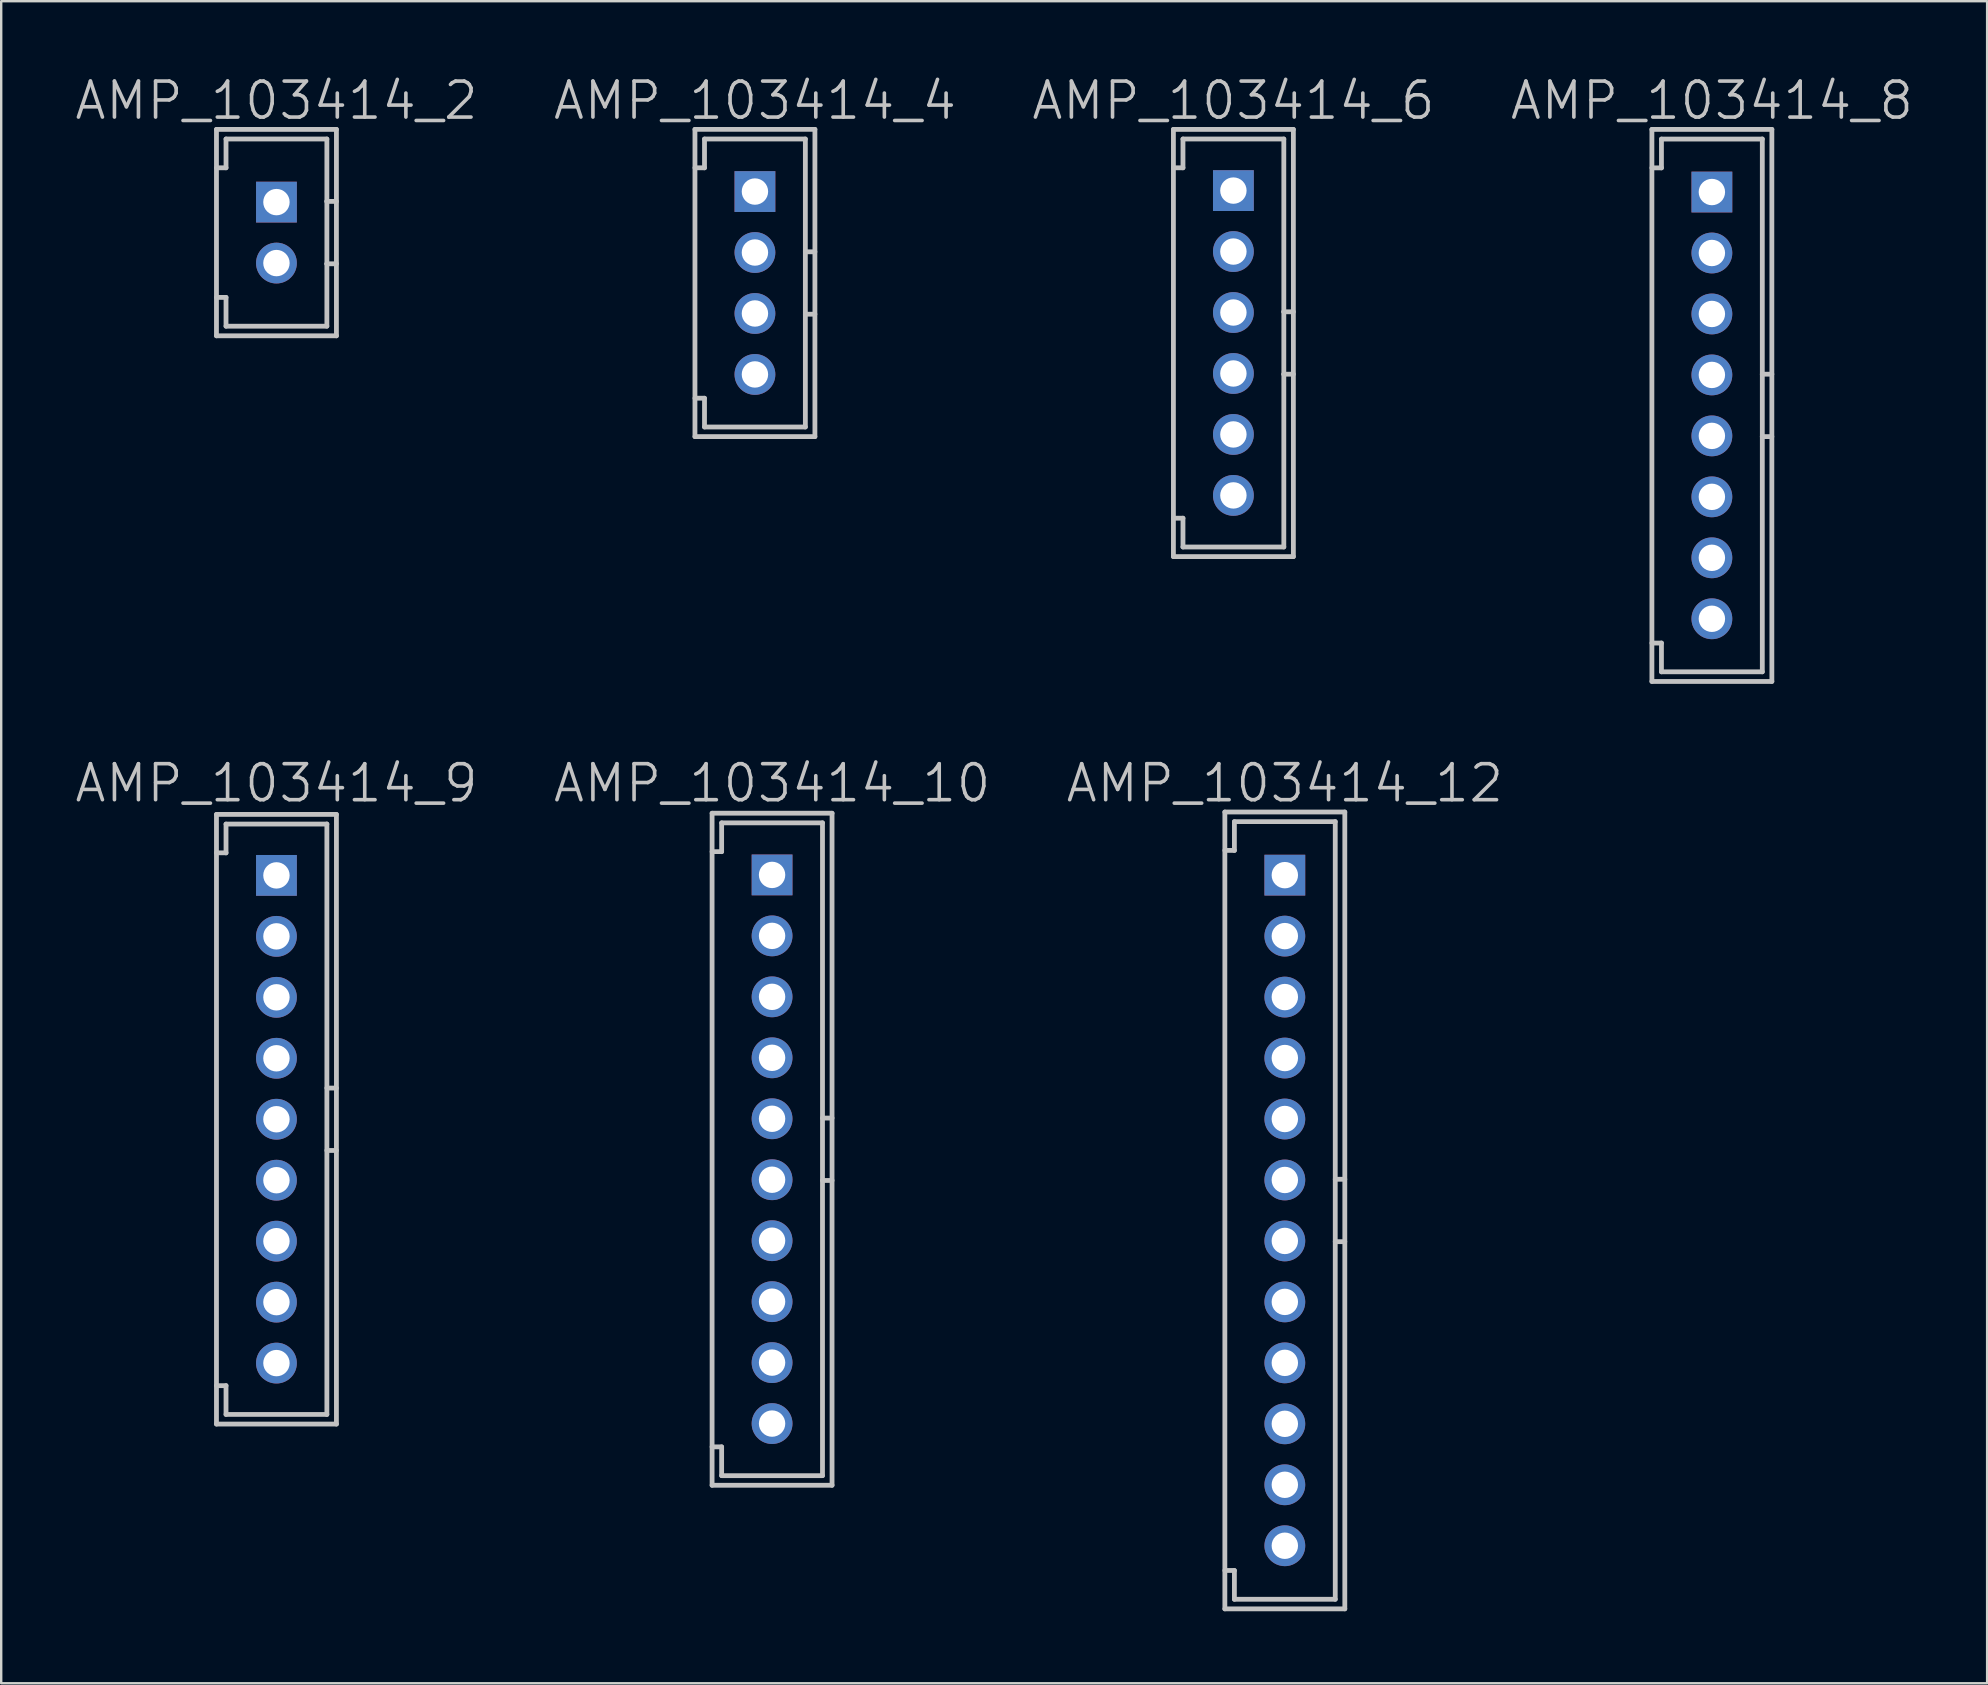
<source format=kicad_pcb>
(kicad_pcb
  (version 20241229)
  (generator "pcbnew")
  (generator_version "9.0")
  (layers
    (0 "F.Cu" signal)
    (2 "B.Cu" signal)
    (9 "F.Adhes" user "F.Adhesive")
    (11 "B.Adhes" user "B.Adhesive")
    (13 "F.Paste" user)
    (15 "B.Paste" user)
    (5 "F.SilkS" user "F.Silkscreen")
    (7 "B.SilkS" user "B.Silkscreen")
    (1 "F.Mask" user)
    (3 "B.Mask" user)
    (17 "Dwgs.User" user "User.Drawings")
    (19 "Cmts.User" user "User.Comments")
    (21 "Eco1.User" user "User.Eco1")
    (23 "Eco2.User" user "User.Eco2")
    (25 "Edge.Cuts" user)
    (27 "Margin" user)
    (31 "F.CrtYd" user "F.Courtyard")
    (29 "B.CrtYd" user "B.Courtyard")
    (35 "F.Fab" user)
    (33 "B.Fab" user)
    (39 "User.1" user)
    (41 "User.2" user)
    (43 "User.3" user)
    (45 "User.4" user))
  (footprint "AMP_103414_12"
    (layer "F.Cu")
    (at 50.482 47.383)
    (property "Reference" "AMP_103414_12" (at 0 -17.8 180) (layer "Dwgs.User") (effects (font (size 1.5 1.5) (thickness 0.15))))
    (attr through_hole)
    (fp_line (start -2.499 -16.601) (end 2.499 -16.601) (stroke (width 0.2) (type solid)) (layer "Dwgs.User"))
    (fp_line (start -2.499 15.001) (end -2.101 15.001) (stroke (width 0.2) (type solid)) (layer "Dwgs.User"))
    (fp_line (start -2.499 16.599) (end -2.499 -16.599) (stroke (width 0.2) (type solid)) (layer "Dwgs.User"))
    (fp_line (start -2.101 -15.001) (end -2.499 -15.001) (stroke (width 0.2) (type solid)) (layer "Dwgs.User"))
    (fp_line (start -2.101 -14.999) (end -2.101 -16.198) (stroke (width 0.2) (type solid)) (layer "Dwgs.User"))
    (fp_line (start -2.101 16.2) (end -2.101 15.001) (stroke (width 0.2) (type solid)) (layer "Dwgs.User"))
    (fp_line (start -2.101 16.2) (end 2.101 16.2) (stroke (width 0.2) (type solid)) (layer "Dwgs.User"))
    (fp_line (start 2.101 -16.2) (end -2.101 -16.2) (stroke (width 0.2) (type solid)) (layer "Dwgs.User"))
    (fp_line (start 2.101 -16.2) (end 2.101 16.2) (stroke (width 0.2) (type solid)) (layer "Dwgs.User"))
    (fp_line (start 2.101 -1.3) (end 2.499 -1.3) (stroke (width 0.2) (type solid)) (layer "Dwgs.User"))
    (fp_line (start 2.499 -16.599) (end 2.499 16.599) (stroke (width 0.2) (type solid)) (layer "Dwgs.User"))
    (fp_line (start 2.499 1.3) (end 2.101 1.3) (stroke (width 0.2) (type solid)) (layer "Dwgs.User"))
    (fp_line (start 2.499 16.601) (end -2.499 16.601) (stroke (width 0.2) (type solid)) (layer "Dwgs.User"))
    (pad "1" thru_hole rect (at 0 -13.97) (size 1.7 1.7) (drill 1.1) (layers "*.Cu" "*.Mask"))
    (pad "2" thru_hole circle (at 0 -11.43 270) (size 1.7 1.7) (drill 1.1) (layers "*.Cu" "*.Mask"))
    (pad "3" thru_hole circle (at 0 -8.89 270) (size 1.7 1.7) (drill 1.1) (layers "*.Cu" "*.Mask"))
    (pad "4" thru_hole circle (at 0 -6.35 270) (size 1.7 1.7) (drill 1.1) (layers "*.Cu" "*.Mask"))
    (pad "5" thru_hole circle (at 0 -3.81 270) (size 1.7 1.7) (drill 1.1) (layers "*.Cu" "*.Mask"))
    (pad "6" thru_hole circle (at 0 -1.27 270) (size 1.7 1.7) (drill 1.1) (layers "*.Cu" "*.Mask"))
    (pad "7" thru_hole circle (at 0 1.27 270) (size 1.7 1.7) (drill 1.1) (layers "*.Cu" "*.Mask"))
    (pad "8" thru_hole circle (at 0 3.81 270) (size 1.7 1.7) (drill 1.1) (layers "*.Cu" "*.Mask"))
    (pad "9" thru_hole circle (at 0 6.35 270) (size 1.7 1.7) (drill 1.1) (layers "*.Cu" "*.Mask"))
    (pad "10" thru_hole circle (at 0 8.89 270) (size 1.7 1.7) (drill 1.1) (layers "*.Cu" "*.Mask"))
    (pad "11" thru_hole circle (at 0 11.43 270) (size 1.7 1.7) (drill 1.1) (layers "*.Cu" "*.Mask"))
    (pad "12" thru_hole circle (at 0 13.97 270) (size 1.7 1.7) (drill 1.1) (layers "*.Cu" "*.Mask")))
  (footprint "AMP_103414_8"
    (layer "F.Cu")
    (at 68.275 13.841)
    (property "Reference" "AMP_103414_8" (at 0 -12.7 180) (layer "Dwgs.User") (effects (font (size 1.5 1.5) (thickness 0.15))))
    (attr through_hole)
    (fp_line (start -2.499 -11.499) (end 2.499 -11.499) (stroke (width 0.2) (type solid)) (layer "Dwgs.User"))
    (fp_line (start -2.499 9.901) (end -2.101 9.901) (stroke (width 0.2) (type solid)) (layer "Dwgs.User"))
    (fp_line (start -2.499 11.501) (end -2.499 -11.501) (stroke (width 0.2) (type solid)) (layer "Dwgs.User"))
    (fp_line (start -2.101 -9.898) (end -2.499 -9.898) (stroke (width 0.2) (type solid)) (layer "Dwgs.User"))
    (fp_line (start -2.101 -9.896) (end -2.101 -11.095) (stroke (width 0.2) (type solid)) (layer "Dwgs.User"))
    (fp_line (start -2.101 11.1) (end -2.101 9.901) (stroke (width 0.2) (type solid)) (layer "Dwgs.User"))
    (fp_line (start -2.101 11.1) (end 2.101 11.1) (stroke (width 0.2) (type solid)) (layer "Dwgs.User"))
    (fp_line (start 2.101 -11.097) (end -2.101 -11.097) (stroke (width 0.2) (type solid)) (layer "Dwgs.User"))
    (fp_line (start 2.101 -1.3) (end 2.101 -11.1) (stroke (width 0.2) (type solid)) (layer "Dwgs.User"))
    (fp_line (start 2.101 -1.3) (end 2.101 1.3) (stroke (width 0.2) (type solid)) (layer "Dwgs.User"))
    (fp_line (start 2.101 -1.3) (end 2.499 -1.3) (stroke (width 0.2) (type solid)) (layer "Dwgs.User"))
    (fp_line (start 2.101 11.1) (end 2.101 1.3) (stroke (width 0.2) (type solid)) (layer "Dwgs.User"))
    (fp_line (start 2.499 -11.501) (end 2.499 11.501) (stroke (width 0.2) (type solid)) (layer "Dwgs.User"))
    (fp_line (start 2.499 1.3) (end 2.101 1.3) (stroke (width 0.2) (type solid)) (layer "Dwgs.User"))
    (fp_line (start 2.499 11.501) (end -2.499 11.501) (stroke (width 0.2) (type solid)) (layer "Dwgs.User"))
    (pad "1" thru_hole rect (at 0 -8.89 270) (size 1.7 1.7) (drill 1.1) (layers "*.Cu" "*.Mask"))
    (pad "2" thru_hole circle (at 0 -6.35 270) (size 1.7 1.7) (drill 1.1) (layers "*.Cu" "*.Mask"))
    (pad "3" thru_hole circle (at 0 -3.81 270) (size 1.7 1.7) (drill 1.1) (layers "*.Cu" "*.Mask"))
    (pad "4" thru_hole circle (at 0 -1.27 270) (size 1.7 1.7) (drill 1.1) (layers "*.Cu" "*.Mask"))
    (pad "5" thru_hole circle (at 0 1.27 270) (size 1.7 1.7) (drill 1.1) (layers "*.Cu" "*.Mask"))
    (pad "6" thru_hole circle (at 0 3.81 270) (size 1.7 1.7) (drill 1.1) (layers "*.Cu" "*.Mask"))
    (pad "7" thru_hole circle (at 0 6.35 270) (size 1.7 1.7) (drill 1.1) (layers "*.Cu" "*.Mask"))
    (pad "8" thru_hole circle (at 0 8.89 270) (size 1.7 1.7) (drill 1.1) (layers "*.Cu" "*.Mask")))
  (footprint "AMP_103414_10"
    (layer "F.Cu")
    (at 29.118 44.833)
    (property "Reference" "AMP_103414_10" (at 0 -15.25 180) (layer "Dwgs.User") (effects (font (size 1.5 1.5) (thickness 0.15))))
    (attr through_hole)
    (fp_line (start -2.499 -14) (end 2.499 -14) (stroke (width 0.2) (type solid)) (layer "Dwgs.User"))
    (fp_line (start -2.499 12.4) (end -2.101 12.4) (stroke (width 0.2) (type solid)) (layer "Dwgs.User"))
    (fp_line (start -2.499 14) (end -2.499 -14) (stroke (width 0.2) (type solid)) (layer "Dwgs.User"))
    (fp_line (start -2.101 -12.4) (end -2.499 -12.4) (stroke (width 0.2) (type solid)) (layer "Dwgs.User"))
    (fp_line (start -2.101 -12.398) (end -2.101 -13.597) (stroke (width 0.2) (type solid)) (layer "Dwgs.User"))
    (fp_line (start -2.101 13.599) (end -2.101 12.4) (stroke (width 0.2) (type solid)) (layer "Dwgs.User"))
    (fp_line (start -2.101 13.599) (end 2.101 13.599) (stroke (width 0.2) (type solid)) (layer "Dwgs.User"))
    (fp_line (start 2.101 -13.599) (end -2.101 -13.599) (stroke (width 0.2) (type solid)) (layer "Dwgs.User"))
    (fp_line (start 2.101 -13.599) (end 2.101 13.599) (stroke (width 0.2) (type solid)) (layer "Dwgs.User"))
    (fp_line (start 2.101 -1.3) (end 2.499 -1.3) (stroke (width 0.2) (type solid)) (layer "Dwgs.User"))
    (fp_line (start 2.499 -14) (end 2.499 14) (stroke (width 0.2) (type solid)) (layer "Dwgs.User"))
    (fp_line (start 2.499 1.3) (end 2.101 1.3) (stroke (width 0.2) (type solid)) (layer "Dwgs.User"))
    (fp_line (start 2.499 14) (end -2.499 14) (stroke (width 0.2) (type solid)) (layer "Dwgs.User"))
    (pad "1" thru_hole rect (at 0 -11.43 270) (size 1.7 1.7) (drill 1.1) (layers "*.Cu" "*.Mask"))
    (pad "2" thru_hole circle (at 0 -8.89 270) (size 1.7 1.7) (drill 1.1) (layers "*.Cu" "*.Mask"))
    (pad "3" thru_hole circle (at 0 -6.35 270) (size 1.7 1.7) (drill 1.1) (layers "*.Cu" "*.Mask"))
    (pad "4" thru_hole circle (at 0 -3.81 270) (size 1.7 1.7) (drill 1.1) (layers "*.Cu" "*.Mask"))
    (pad "5" thru_hole circle (at 0 -1.27 270) (size 1.7 1.7) (drill 1.1) (layers "*.Cu" "*.Mask"))
    (pad "6" thru_hole circle (at 0 1.27 270) (size 1.7 1.7) (drill 1.1) (layers "*.Cu" "*.Mask"))
    (pad "7" thru_hole circle (at 0 3.81 270) (size 1.7 1.7) (drill 1.1) (layers "*.Cu" "*.Mask"))
    (pad "8" thru_hole circle (at 0 6.35 270) (size 1.7 1.7) (drill 1.1) (layers "*.Cu" "*.Mask"))
    (pad "9" thru_hole circle (at 0 8.89 270) (size 1.7 1.7) (drill 1.1) (layers "*.Cu" "*.Mask"))
    (pad "10" thru_hole circle (at 0 11.43 270) (size 1.7 1.7) (drill 1.1) (layers "*.Cu" "*.Mask")))
  (footprint "AMP_103414_4"
    (layer "F.Cu")
    (at 28.404 8.741)
    (property "Reference" "AMP_103414_4" (at 0 -7.6 180) (layer "Dwgs.User") (effects (font (size 1.5 1.5) (thickness 0.15))))
    (attr through_hole)
    (fp_line (start -2.499 -6.401) (end 2.499 -6.401) (stroke (width 0.2) (type solid)) (layer "Dwgs.User"))
    (fp_line (start -2.499 4.801) (end -2.101 4.801) (stroke (width 0.2) (type solid)) (layer "Dwgs.User"))
    (fp_line (start -2.499 6.401) (end -2.499 -6.401) (stroke (width 0.2) (type solid)) (layer "Dwgs.User"))
    (fp_line (start -2.101 -4.801) (end -2.499 -4.801) (stroke (width 0.2) (type solid)) (layer "Dwgs.User"))
    (fp_line (start -2.101 -4.798) (end -2.101 -5.997) (stroke (width 0.2) (type solid)) (layer "Dwgs.User"))
    (fp_line (start -2.101 5.999) (end -2.101 4.801) (stroke (width 0.2) (type solid)) (layer "Dwgs.User"))
    (fp_line (start -2.101 5.999) (end 2.101 5.999) (stroke (width 0.2) (type solid)) (layer "Dwgs.User"))
    (fp_line (start 2.101 -5.999) (end -2.101 -5.999) (stroke (width 0.2) (type solid)) (layer "Dwgs.User"))
    (fp_line (start 2.101 -1.3) (end 2.101 -5.999) (stroke (width 0.2) (type solid)) (layer "Dwgs.User"))
    (fp_line (start 2.101 -1.3) (end 2.101 1.3) (stroke (width 0.2) (type solid)) (layer "Dwgs.User"))
    (fp_line (start 2.101 -1.3) (end 2.499 -1.3) (stroke (width 0.2) (type solid)) (layer "Dwgs.User"))
    (fp_line (start 2.101 5.999) (end 2.101 1.3) (stroke (width 0.2) (type solid)) (layer "Dwgs.User"))
    (fp_line (start 2.499 -6.401) (end 2.499 6.401) (stroke (width 0.2) (type solid)) (layer "Dwgs.User"))
    (fp_line (start 2.499 1.3) (end 2.101 1.3) (stroke (width 0.2) (type solid)) (layer "Dwgs.User"))
    (fp_line (start 2.499 6.401) (end -2.499 6.401) (stroke (width 0.2) (type solid)) (layer "Dwgs.User"))
    (pad "1" thru_hole rect (at 0 -3.81 270) (size 1.7 1.7) (drill 1.1) (layers "*.Cu" "*.Mask"))
    (pad "2" thru_hole circle (at 0 -1.27 270) (size 1.7 1.7) (drill 1.1) (layers "*.Cu" "*.Mask"))
    (pad "3" thru_hole circle (at 0 1.27 270) (size 1.7 1.7) (drill 1.1) (layers "*.Cu" "*.Mask"))
    (pad "4" thru_hole circle (at 0 3.81 270) (size 1.7 1.7) (drill 1.1) (layers "*.Cu" "*.Mask")))
  (footprint "AMP_103414_6"
    (layer "F.Cu")
    (at 48.339 11.241)
    (property "Reference" "AMP_103414_6" (at 0 -10.1 180) (layer "Dwgs.User") (effects (font (size 1.5 1.5) (thickness 0.15))))
    (attr through_hole)
    (fp_line (start -2.499 -8.9) (end 2.499 -8.9) (stroke (width 0.2) (type solid)) (layer "Dwgs.User"))
    (fp_line (start -2.499 7.3) (end -2.101 7.3) (stroke (width 0.2) (type solid)) (layer "Dwgs.User"))
    (fp_line (start -2.499 8.9) (end -2.499 -8.9) (stroke (width 0.2) (type solid)) (layer "Dwgs.User"))
    (fp_line (start -2.101 -7.3) (end -2.499 -7.3) (stroke (width 0.2) (type solid)) (layer "Dwgs.User"))
    (fp_line (start -2.101 -7.3) (end -2.101 -8.499) (stroke (width 0.2) (type solid)) (layer "Dwgs.User"))
    (fp_line (start -2.101 8.499) (end -2.101 7.3) (stroke (width 0.2) (type solid)) (layer "Dwgs.User"))
    (fp_line (start -2.101 8.499) (end 2.101 8.499) (stroke (width 0.2) (type solid)) (layer "Dwgs.User"))
    (fp_line (start 2.101 -8.499) (end -2.101 -8.499) (stroke (width 0.2) (type solid)) (layer "Dwgs.User"))
    (fp_line (start 2.101 -1.3) (end 2.101 -8.499) (stroke (width 0.2) (type solid)) (layer "Dwgs.User"))
    (fp_line (start 2.101 -1.3) (end 2.101 1.3) (stroke (width 0.2) (type solid)) (layer "Dwgs.User"))
    (fp_line (start 2.101 -1.3) (end 2.499 -1.3) (stroke (width 0.2) (type solid)) (layer "Dwgs.User"))
    (fp_line (start 2.101 8.499) (end 2.101 1.3) (stroke (width 0.2) (type solid)) (layer "Dwgs.User"))
    (fp_line (start 2.499 1.3) (end 2.101 1.3) (stroke (width 0.2) (type solid)) (layer "Dwgs.User"))
    (fp_line (start 2.499 8.9) (end -2.499 8.9) (stroke (width 0.2) (type solid)) (layer "Dwgs.User"))
    (fp_line (start 2.499 8.9) (end 2.499 -8.9) (stroke (width 0.2) (type solid)) (layer "Dwgs.User"))
    (pad "1" thru_hole rect (at 0 -6.35 270) (size 1.7 1.7) (drill 1.1) (layers "*.Cu" "*.Mask"))
    (pad "2" thru_hole circle (at 0 -3.81 270) (size 1.7 1.7) (drill 1.1) (layers "*.Cu" "*.Mask"))
    (pad "3" thru_hole circle (at 0 -1.27 270) (size 1.7 1.7) (drill 1.1) (layers "*.Cu" "*.Mask"))
    (pad "4" thru_hole circle (at 0 1.27 270) (size 1.7 1.7) (drill 1.1) (layers "*.Cu" "*.Mask"))
    (pad "5" thru_hole circle (at 0 3.81 270) (size 1.7 1.7) (drill 1.1) (layers "*.Cu" "*.Mask"))
    (pad "6" thru_hole circle (at 0 6.35 270) (size 1.7 1.7) (drill 1.1) (layers "*.Cu" "*.Mask")))
  (footprint "AMP_103414_9"
    (layer "F.Cu")
    (at 8.468 43.583)
    (property "Reference" "AMP_103414_9" (at 0 -14 180) (layer "Dwgs.User") (effects (font (size 1.5 1.5) (thickness 0.15))))
    (attr through_hole)
    (fp_line (start -2.499 -12.7) (end 2.499 -12.7) (stroke (width 0.2) (type solid)) (layer "Dwgs.User"))
    (fp_line (start -2.499 11.1) (end -2.101 11.1) (stroke (width 0.2) (type solid)) (layer "Dwgs.User"))
    (fp_line (start -2.499 12.7) (end -2.499 -12.7) (stroke (width 0.2) (type solid)) (layer "Dwgs.User"))
    (fp_line (start -2.101 -11.1) (end -2.499 -11.1) (stroke (width 0.2) (type solid)) (layer "Dwgs.User"))
    (fp_line (start -2.101 -11.097) (end -2.101 -12.296) (stroke (width 0.2) (type solid)) (layer "Dwgs.User"))
    (fp_line (start -2.101 12.299) (end -2.101 11.1) (stroke (width 0.2) (type solid)) (layer "Dwgs.User"))
    (fp_line (start -2.101 12.299) (end 2.101 12.299) (stroke (width 0.2) (type solid)) (layer "Dwgs.User"))
    (fp_line (start 2.101 -12.301) (end 2.101 12.301) (stroke (width 0.2) (type solid)) (layer "Dwgs.User"))
    (fp_line (start 2.101 -12.299) (end -2.101 -12.299) (stroke (width 0.2) (type solid)) (layer "Dwgs.User"))
    (fp_line (start 2.101 -1.3) (end 2.499 -1.3) (stroke (width 0.2) (type solid)) (layer "Dwgs.User"))
    (fp_line (start 2.499 -12.7) (end 2.499 12.7) (stroke (width 0.2) (type solid)) (layer "Dwgs.User"))
    (fp_line (start 2.499 1.3) (end 2.101 1.3) (stroke (width 0.2) (type solid)) (layer "Dwgs.User"))
    (fp_line (start 2.499 12.7) (end -2.499 12.7) (stroke (width 0.2) (type solid)) (layer "Dwgs.User"))
    (pad "1" thru_hole rect (at 0 -10.16 270) (size 1.7 1.7) (drill 1.1) (layers "*.Cu" "*.Mask"))
    (pad "2" thru_hole circle (at 0 -7.62 270) (size 1.7 1.7) (drill 1.1) (layers "*.Cu" "*.Mask"))
    (pad "3" thru_hole circle (at 0 -5.08 270) (size 1.7 1.7) (drill 1.1) (layers "*.Cu" "*.Mask"))
    (pad "4" thru_hole circle (at 0 -2.54 270) (size 1.7 1.7) (drill 1.1) (layers "*.Cu" "*.Mask"))
    (pad "5" thru_hole circle (at 0 0 270) (size 1.7 1.7) (drill 1.1) (layers "*.Cu" "*.Mask"))
    (pad "6" thru_hole circle (at 0 2.54 270) (size 1.7 1.7) (drill 1.1) (layers "*.Cu" "*.Mask"))
    (pad "7" thru_hole circle (at 0 5.08 270) (size 1.7 1.7) (drill 1.1) (layers "*.Cu" "*.Mask"))
    (pad "8" thru_hole circle (at 0 7.62 270) (size 1.7 1.7) (drill 1.1) (layers "*.Cu" "*.Mask"))
    (pad "9" thru_hole circle (at 0 10.16 270) (size 1.7 1.7) (drill 1.1) (layers "*.Cu" "*.Mask")))
  (footprint "AMP_103414_2"
    (layer "F.Cu")
    (at 8.468 6.641)
    (property "Reference" "AMP_103414_2" (at 0 -5.5 180) (layer "Dwgs.User") (effects (font (size 1.5 1.5) (thickness 0.15))))
    (attr through_hole)
    (fp_line (start -2.499 -4.3) (end 2.499 -4.3) (stroke (width 0.2) (type solid)) (layer "Dwgs.User"))
    (fp_line (start -2.499 2.7) (end -2.101 2.7) (stroke (width 0.2) (type solid)) (layer "Dwgs.User"))
    (fp_line (start -2.499 4.3) (end -2.499 -4.3) (stroke (width 0.2) (type solid)) (layer "Dwgs.User"))
    (fp_line (start -2.101 -2.7) (end -2.499 -2.7) (stroke (width 0.2) (type solid)) (layer "Dwgs.User"))
    (fp_line (start -2.101 -2.7) (end -2.101 -3.899) (stroke (width 0.2) (type solid)) (layer "Dwgs.User"))
    (fp_line (start -2.101 3.899) (end -2.101 2.7) (stroke (width 0.2) (type solid)) (layer "Dwgs.User"))
    (fp_line (start -2.101 3.899) (end 2.101 3.899) (stroke (width 0.2) (type solid)) (layer "Dwgs.User"))
    (fp_line (start 2.101 -3.899) (end -2.101 -3.899) (stroke (width 0.2) (type solid)) (layer "Dwgs.User"))
    (fp_line (start 2.101 -1.3) (end 2.101 -3.899) (stroke (width 0.2) (type solid)) (layer "Dwgs.User"))
    (fp_line (start 2.101 -1.3) (end 2.101 1.3) (stroke (width 0.2) (type solid)) (layer "Dwgs.User"))
    (fp_line (start 2.101 -1.3) (end 2.499 -1.3) (stroke (width 0.2) (type solid)) (layer "Dwgs.User"))
    (fp_line (start 2.101 1.3) (end 2.101 3.899) (stroke (width 0.2) (type solid)) (layer "Dwgs.User"))
    (fp_line (start 2.499 -4.3) (end 2.499 4.3) (stroke (width 0.2) (type solid)) (layer "Dwgs.User"))
    (fp_line (start 2.499 1.3) (end 2.101 1.3) (stroke (width 0.2) (type solid)) (layer "Dwgs.User"))
    (fp_line (start 2.499 4.3) (end -2.499 4.3) (stroke (width 0.2) (type solid)) (layer "Dwgs.User"))
    (pad "1" thru_hole rect (at 0 -1.27) (size 1.7 1.7) (drill 1.1) (layers "*.Cu" "*.Mask"))
    (pad "2" thru_hole circle (at 0 1.27 270) (size 1.7 1.7) (drill 1.1) (layers "*.Cu" "*.Mask")))
  (gr_rect
    (start -3 -3)
    (end 79.743 67.084)
    (stroke (width 0.1) (type default))
    (fill no)
    (layer "Edge.Cuts")))
</source>
